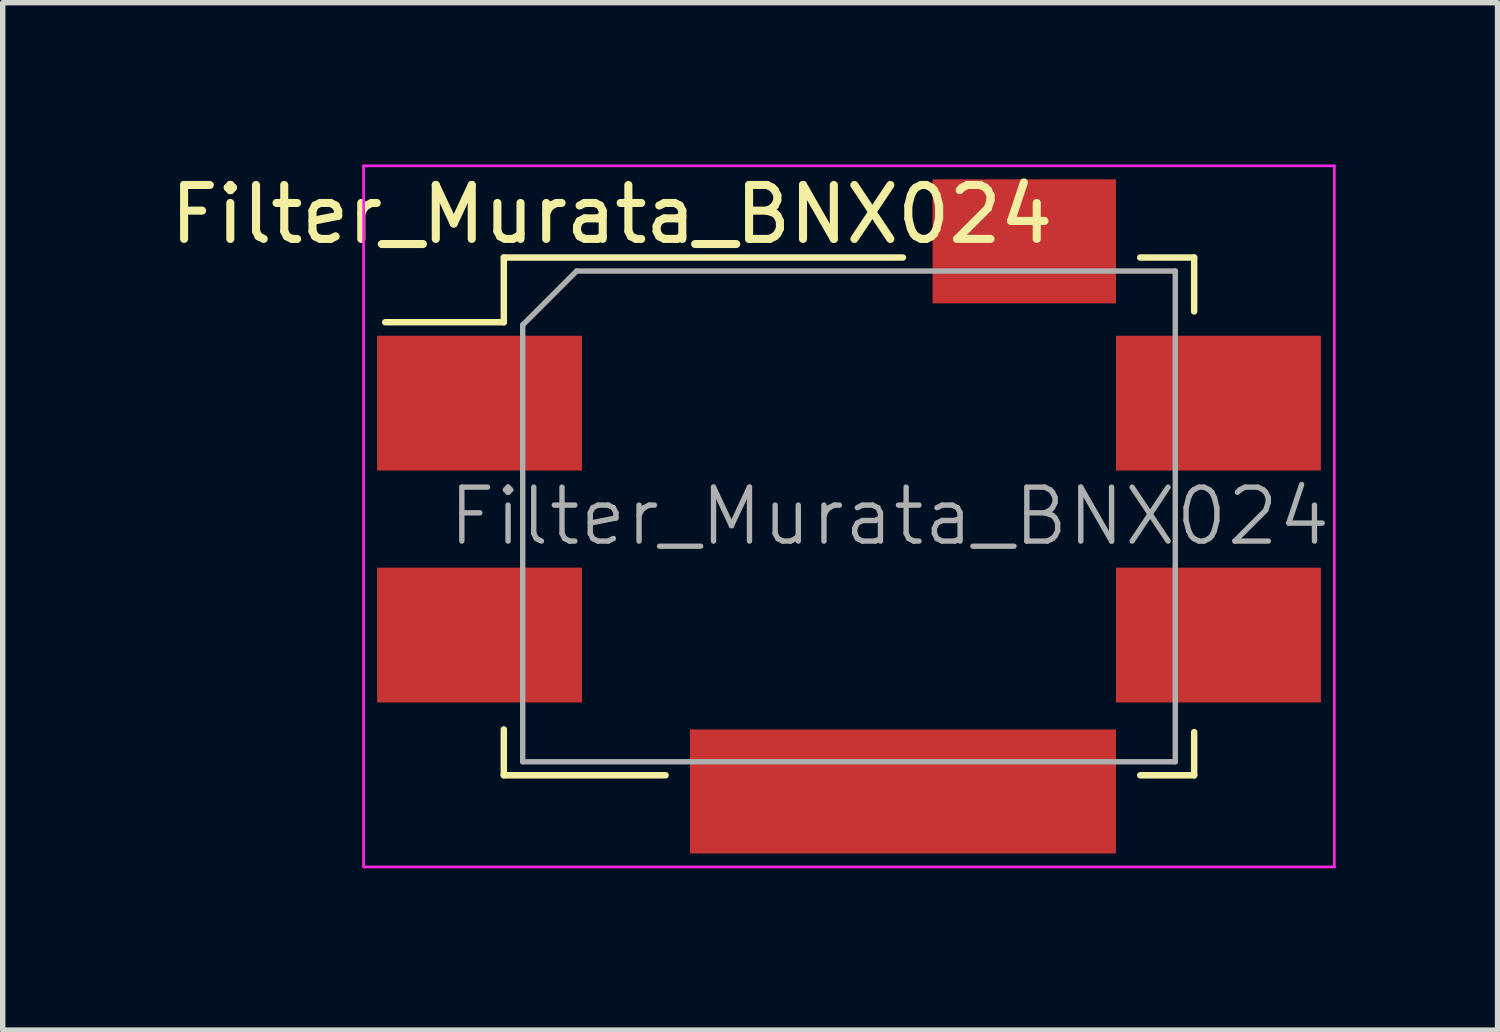
<source format=kicad_pcb>
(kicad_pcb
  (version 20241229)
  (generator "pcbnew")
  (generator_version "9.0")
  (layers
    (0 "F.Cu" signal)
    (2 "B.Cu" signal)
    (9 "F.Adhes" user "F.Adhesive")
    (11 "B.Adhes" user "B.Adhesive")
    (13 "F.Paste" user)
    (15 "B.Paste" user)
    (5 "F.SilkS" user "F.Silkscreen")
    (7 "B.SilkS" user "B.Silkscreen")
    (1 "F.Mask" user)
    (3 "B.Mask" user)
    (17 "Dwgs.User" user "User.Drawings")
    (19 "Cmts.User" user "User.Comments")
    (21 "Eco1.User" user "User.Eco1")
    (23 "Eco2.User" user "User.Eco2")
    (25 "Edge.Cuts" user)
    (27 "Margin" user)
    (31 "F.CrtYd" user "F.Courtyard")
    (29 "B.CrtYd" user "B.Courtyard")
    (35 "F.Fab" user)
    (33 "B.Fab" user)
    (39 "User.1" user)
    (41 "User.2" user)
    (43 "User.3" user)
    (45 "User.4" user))
  (footprint "Filter_Murata_BNX024"
    (layer "F.Cu")
    (at 12.692 6.525)
    (property "Reference" "Filter_Murata_BNX024" (at -4.4 -5.6 180) (layer "F.SilkS") (effects (font (size 1 1) (thickness 0.15))))
    (attr smd)
    (fp_line (start -6.4 -3.6) (end -8.6 -3.6) (stroke (width 0.12) (type solid)) (layer "F.SilkS"))
    (fp_line (start -6.4 -3.6) (end -6.4 -4.8) (stroke (width 0.12) (type solid)) (layer "F.SilkS"))
    (fp_line (start -6.4 4.8) (end -6.4 3.95) (stroke (width 0.12) (type solid)) (layer "F.SilkS"))
    (fp_line (start -3.4 4.8) (end -6.4 4.8) (stroke (width 0.12) (type solid)) (layer "F.SilkS"))
    (fp_line (start 1 -4.8) (end -6.4 -4.8) (stroke (width 0.12) (type solid)) (layer "F.SilkS"))
    (fp_line (start 5.4 4.8) (end 6.4 4.8) (stroke (width 0.12) (type solid)) (layer "F.SilkS"))
    (fp_line (start 6.4 -4.8) (end 5.4 -4.8) (stroke (width 0.12) (type solid)) (layer "F.SilkS"))
    (fp_line (start 6.4 -3.8) (end 6.4 -4.8) (stroke (width 0.12) (type solid)) (layer "F.SilkS"))
    (fp_line (start 6.4 4.8) (end 6.4 4) (stroke (width 0.12) (type solid)) (layer "F.SilkS"))
    (fp_line (start -9 -6.5) (end -9 6.5) (stroke (width 0.05) (type solid)) (layer "F.CrtYd"))
    (fp_line (start -9 -6.5) (end 9 -6.5) (stroke (width 0.05) (type solid)) (layer "F.CrtYd"))
    (fp_line (start 9 6.5) (end -9 6.5) (stroke (width 0.05) (type solid)) (layer "F.CrtYd"))
    (fp_line (start 9 6.5) (end 9 -6.5) (stroke (width 0.05) (type solid)) (layer "F.CrtYd"))
    (fp_line (start -6.05 4.55) (end -6.05 -3.55) (stroke (width 0.1) (type solid)) (layer "F.Fab"))
    (fp_line (start -5.05 -4.55) (end -6.05 -3.55) (stroke (width 0.1) (type solid)) (layer "F.Fab"))
    (fp_line (start -5.05 -4.55) (end 6.05 -4.55) (stroke (width 0.1) (type solid)) (layer "F.Fab"))
    (fp_line (start 6.05 -4.55) (end 6.05 4.55) (stroke (width 0.1) (type solid)) (layer "F.Fab"))
    (fp_line (start 6.05 4.55) (end -6.05 4.55) (stroke (width 0.1) (type solid)) (layer "F.Fab"))
    (fp_text user "${REFERENCE}" (at 0.75 0 0) (layer "F.Fab") (effects (font (size 1 1) (thickness 0.1))))
    (pad "1" smd rect (at -6.85 -2.1) (size 3.8 2.5) (layers "F.Cu" "F.Mask" "F.Paste"))
    (pad "2" smd rect (at 6.85 -2.1) (size 3.8 2.5) (layers "F.Cu" "F.Mask" "F.Paste"))
    (pad "3" smd rect (at -6.85 2.2) (size 3.8 2.5) (layers "F.Cu" "F.Mask" "F.Paste"))
    (pad "4" smd rect (at 1 5.1) (size 7.9 2.3) (layers "F.Cu" "F.Mask" "F.Paste"))
    (pad "4" smd rect (at 3.25 -5.1) (size 3.4 2.3) (layers "F.Cu" "F.Mask" "F.Paste"))
    (pad "4" smd rect (at 6.85 2.2) (size 3.8 2.5) (layers "F.Cu" "F.Mask" "F.Paste")))
  (gr_rect
    (start -3 -3)
    (end 24.717 16.05)
    (stroke (width 0.1) (type default))
    (fill no)
    (layer "Edge.Cuts")))
</source>
